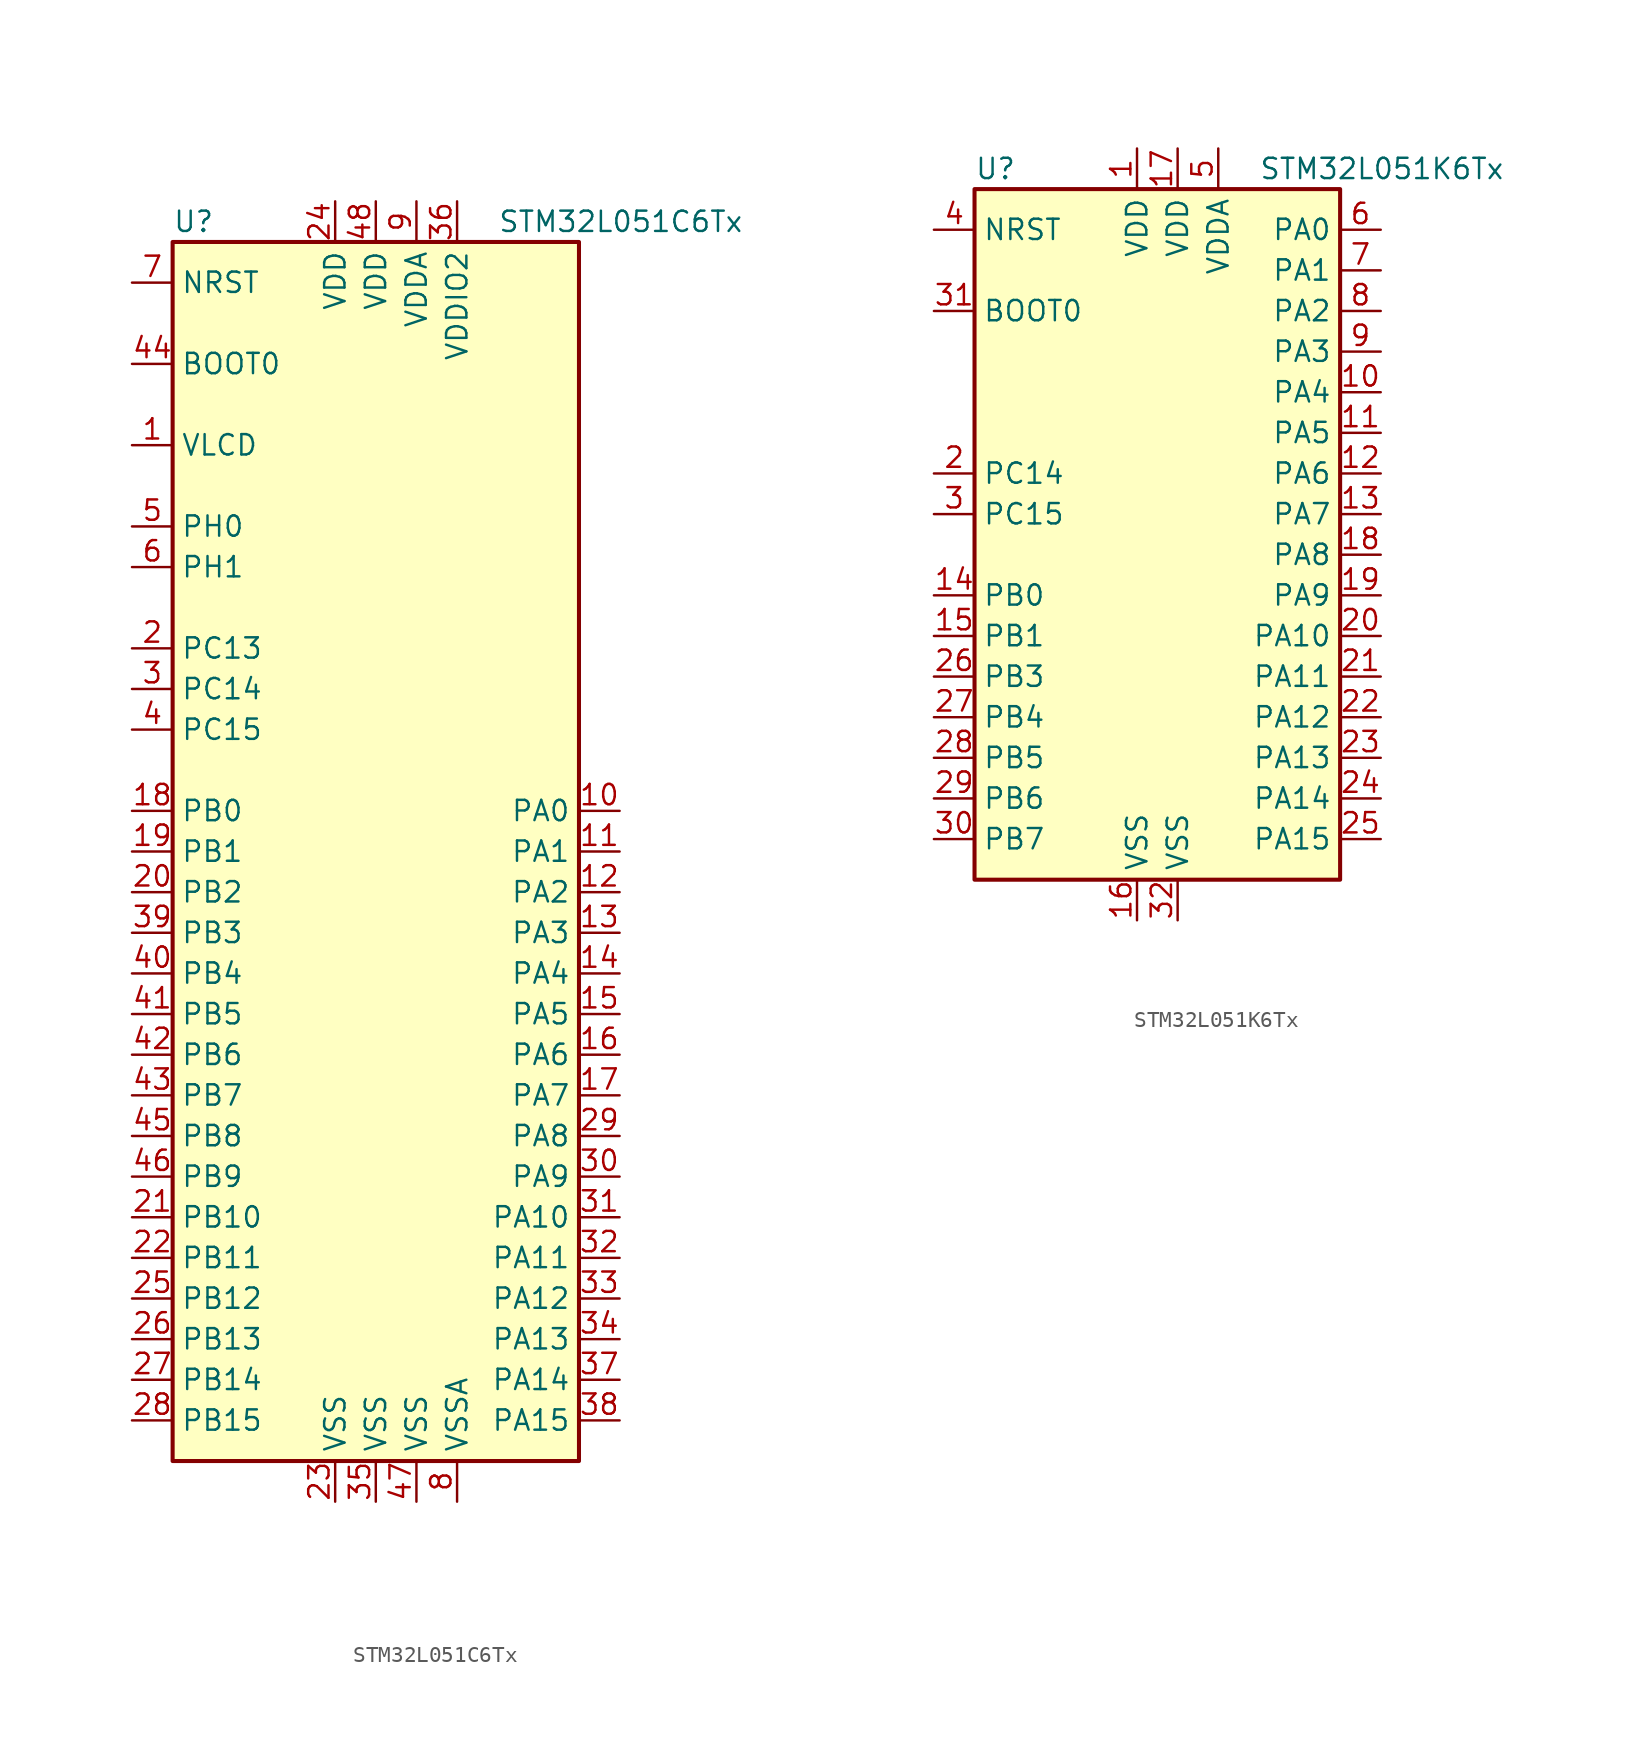
<source format=kicad_sym>
(kicad_symbol_lib
  (version 20201005)
  (generator kicad_symbol_editor)
  (symbol "STM32L051C6Tx"
    (property "Reference" "U"
      (at -12.7 39.37 0)
      (effects (font (size 1.27 1.27)) (justify left)))
    (property "Value" "STM32L051C6Tx"
      (at 7.62 39.37 0)
      (effects (font (size 1.27 1.27)) (justify left)))
    (symbol "STM32L051C6Tx_0_1"
      (rectangle (start -12.7 -38.1) (end 12.7 38.1) (stroke (width 0.254)) (fill (type background))))
    (symbol "STM32L051C6Tx_1_1"
      (pin input line (at -15.24 30.48 0) (length 2.54) (name "BOOT0" (effects (font (size 1.27 1.27)))) (number "44" (effects (font (size 1.27 1.27)))))
      (pin input line (at -15.24 35.56 0) (length 2.54) (name "NRST" (effects (font (size 1.27 1.27)))) (number "7" (effects (font (size 1.27 1.27)))))
      (pin bidirectional line (at 15.24 2.54 180) (length 2.54) (name "PA0" (effects (font (size 1.27 1.27)))) (number "10" (effects (font (size 1.27 1.27)))))
      (pin bidirectional line (at 15.24 0 180) (length 2.54) (name "PA1" (effects (font (size 1.27 1.27)))) (number "11" (effects (font (size 1.27 1.27)))))
      (pin bidirectional line (at 15.24 -22.86 180) (length 2.54) (name "PA10" (effects (font (size 1.27 1.27)))) (number "31" (effects (font (size 1.27 1.27)))))
      (pin bidirectional line (at 15.24 -25.4 180) (length 2.54) (name "PA11" (effects (font (size 1.27 1.27)))) (number "32" (effects (font (size 1.27 1.27)))))
      (pin bidirectional line (at 15.24 -27.94 180) (length 2.54) (name "PA12" (effects (font (size 1.27 1.27)))) (number "33" (effects (font (size 1.27 1.27)))))
      (pin bidirectional line (at 15.24 -30.48 180) (length 2.54) (name "PA13" (effects (font (size 1.27 1.27)))) (number "34" (effects (font (size 1.27 1.27)))))
      (pin bidirectional line (at 15.24 -33.02 180) (length 2.54) (name "PA14" (effects (font (size 1.27 1.27)))) (number "37" (effects (font (size 1.27 1.27)))))
      (pin bidirectional line (at 15.24 -35.56 180) (length 2.54) (name "PA15" (effects (font (size 1.27 1.27)))) (number "38" (effects (font (size 1.27 1.27)))))
      (pin bidirectional line (at 15.24 -2.54 180) (length 2.54) (name "PA2" (effects (font (size 1.27 1.27)))) (number "12" (effects (font (size 1.27 1.27)))))
      (pin bidirectional line (at 15.24 -5.08 180) (length 2.54) (name "PA3" (effects (font (size 1.27 1.27)))) (number "13" (effects (font (size 1.27 1.27)))))
      (pin bidirectional line (at 15.24 -7.62 180) (length 2.54) (name "PA4" (effects (font (size 1.27 1.27)))) (number "14" (effects (font (size 1.27 1.27)))))
      (pin bidirectional line (at 15.24 -10.16 180) (length 2.54) (name "PA5" (effects (font (size 1.27 1.27)))) (number "15" (effects (font (size 1.27 1.27)))))
      (pin bidirectional line (at 15.24 -12.7 180) (length 2.54) (name "PA6" (effects (font (size 1.27 1.27)))) (number "16" (effects (font (size 1.27 1.27)))))
      (pin bidirectional line (at 15.24 -15.24 180) (length 2.54) (name "PA7" (effects (font (size 1.27 1.27)))) (number "17" (effects (font (size 1.27 1.27)))))
      (pin bidirectional line (at 15.24 -17.78 180) (length 2.54) (name "PA8" (effects (font (size 1.27 1.27)))) (number "29" (effects (font (size 1.27 1.27)))))
      (pin bidirectional line (at 15.24 -20.32 180) (length 2.54) (name "PA9" (effects (font (size 1.27 1.27)))) (number "30" (effects (font (size 1.27 1.27)))))
      (pin bidirectional line (at -15.24 2.54 0) (length 2.54) (name "PB0" (effects (font (size 1.27 1.27)))) (number "18" (effects (font (size 1.27 1.27)))))
      (pin bidirectional line (at -15.24 0 0) (length 2.54) (name "PB1" (effects (font (size 1.27 1.27)))) (number "19" (effects (font (size 1.27 1.27)))))
      (pin bidirectional line (at -15.24 -22.86 0) (length 2.54) (name "PB10" (effects (font (size 1.27 1.27)))) (number "21" (effects (font (size 1.27 1.27)))))
      (pin bidirectional line (at -15.24 -25.4 0) (length 2.54) (name "PB11" (effects (font (size 1.27 1.27)))) (number "22" (effects (font (size 1.27 1.27)))))
      (pin bidirectional line (at -15.24 -27.94 0) (length 2.54) (name "PB12" (effects (font (size 1.27 1.27)))) (number "25" (effects (font (size 1.27 1.27)))))
      (pin bidirectional line (at -15.24 -30.48 0) (length 2.54) (name "PB13" (effects (font (size 1.27 1.27)))) (number "26" (effects (font (size 1.27 1.27)))))
      (pin bidirectional line (at -15.24 -33.02 0) (length 2.54) (name "PB14" (effects (font (size 1.27 1.27)))) (number "27" (effects (font (size 1.27 1.27)))))
      (pin bidirectional line (at -15.24 -35.56 0) (length 2.54) (name "PB15" (effects (font (size 1.27 1.27)))) (number "28" (effects (font (size 1.27 1.27)))))
      (pin bidirectional line (at -15.24 -2.54 0) (length 2.54) (name "PB2" (effects (font (size 1.27 1.27)))) (number "20" (effects (font (size 1.27 1.27)))))
      (pin bidirectional line (at -15.24 -5.08 0) (length 2.54) (name "PB3" (effects (font (size 1.27 1.27)))) (number "39" (effects (font (size 1.27 1.27)))))
      (pin bidirectional line (at -15.24 -7.62 0) (length 2.54) (name "PB4" (effects (font (size 1.27 1.27)))) (number "40" (effects (font (size 1.27 1.27)))))
      (pin bidirectional line (at -15.24 -10.16 0) (length 2.54) (name "PB5" (effects (font (size 1.27 1.27)))) (number "41" (effects (font (size 1.27 1.27)))))
      (pin bidirectional line (at -15.24 -12.7 0) (length 2.54) (name "PB6" (effects (font (size 1.27 1.27)))) (number "42" (effects (font (size 1.27 1.27)))))
      (pin bidirectional line (at -15.24 -15.24 0) (length 2.54) (name "PB7" (effects (font (size 1.27 1.27)))) (number "43" (effects (font (size 1.27 1.27)))))
      (pin bidirectional line (at -15.24 -17.78 0) (length 2.54) (name "PB8" (effects (font (size 1.27 1.27)))) (number "45" (effects (font (size 1.27 1.27)))))
      (pin bidirectional line (at -15.24 -20.32 0) (length 2.54) (name "PB9" (effects (font (size 1.27 1.27)))) (number "46" (effects (font (size 1.27 1.27)))))
      (pin bidirectional line (at -15.24 12.7 0) (length 2.54) (name "PC13" (effects (font (size 1.27 1.27)))) (number "2" (effects (font (size 1.27 1.27)))))
      (pin bidirectional line (at -15.24 10.16 0) (length 2.54) (name "PC14" (effects (font (size 1.27 1.27)))) (number "3" (effects (font (size 1.27 1.27)))))
      (pin bidirectional line (at -15.24 7.62 0) (length 2.54) (name "PC15" (effects (font (size 1.27 1.27)))) (number "4" (effects (font (size 1.27 1.27)))))
      (pin input line (at -15.24 20.32 0) (length 2.54) (name "PH0" (effects (font (size 1.27 1.27)))) (number "5" (effects (font (size 1.27 1.27)))))
      (pin input line (at -15.24 17.78 0) (length 2.54) (name "PH1" (effects (font (size 1.27 1.27)))) (number "6" (effects (font (size 1.27 1.27)))))
      (pin power_in line (at -2.54 40.64 270) (length 2.54) (name "VDD" (effects (font (size 1.27 1.27)))) (number "24" (effects (font (size 1.27 1.27)))))
      (pin power_in line (at 0 40.64 270) (length 2.54) (name "VDD" (effects (font (size 1.27 1.27)))) (number "48" (effects (font (size 1.27 1.27)))))
      (pin power_in line (at 2.54 40.64 270) (length 2.54) (name "VDDA" (effects (font (size 1.27 1.27)))) (number "9" (effects (font (size 1.27 1.27)))))
      (pin power_in line (at 5.08 40.64 270) (length 2.54) (name "VDDIO2" (effects (font (size 1.27 1.27)))) (number "36" (effects (font (size 1.27 1.27)))))
      (pin power_in line (at -15.24 25.4 0) (length 2.54) (name "VLCD" (effects (font (size 1.27 1.27)))) (number "1" (effects (font (size 1.27 1.27)))))
      (pin power_in line (at -2.54 -40.64 90) (length 2.54) (name "VSS" (effects (font (size 1.27 1.27)))) (number "23" (effects (font (size 1.27 1.27)))))
      (pin power_in line (at 0 -40.64 90) (length 2.54) (name "VSS" (effects (font (size 1.27 1.27)))) (number "35" (effects (font (size 1.27 1.27)))))
      (pin power_in line (at 2.54 -40.64 90) (length 2.54) (name "VSS" (effects (font (size 1.27 1.27)))) (number "47" (effects (font (size 1.27 1.27)))))
      (pin power_in line (at 5.08 -40.64 90) (length 2.54) (name "VSSA" (effects (font (size 1.27 1.27)))) (number "8" (effects (font (size 1.27 1.27)))))))
  (symbol "STM32L051K6Tx"
    (property "Reference" "U"
      (at -12.7 21.59 0)
      (effects (font (size 1.27 1.27)) (justify left)))
    (property "Value" "STM32L051K6Tx"
      (at 5.08 21.59 0)
      (effects (font (size 1.27 1.27)) (justify left)))
    (symbol "STM32L051K6Tx_0_1"
      (rectangle (start -12.7 -22.86) (end 10.16 20.32) (stroke (width 0.254)) (fill (type background))))
    (symbol "STM32L051K6Tx_1_1"
      (pin input line (at -15.24 12.7 0) (length 2.54) (name "BOOT0" (effects (font (size 1.27 1.27)))) (number "31" (effects (font (size 1.27 1.27)))))
      (pin input line (at -15.24 17.78 0) (length 2.54) (name "NRST" (effects (font (size 1.27 1.27)))) (number "4" (effects (font (size 1.27 1.27)))))
      (pin bidirectional line (at 12.7 17.78 180) (length 2.54) (name "PA0" (effects (font (size 1.27 1.27)))) (number "6" (effects (font (size 1.27 1.27)))))
      (pin bidirectional line (at 12.7 15.24 180) (length 2.54) (name "PA1" (effects (font (size 1.27 1.27)))) (number "7" (effects (font (size 1.27 1.27)))))
      (pin bidirectional line (at 12.7 -7.62 180) (length 2.54) (name "PA10" (effects (font (size 1.27 1.27)))) (number "20" (effects (font (size 1.27 1.27)))))
      (pin bidirectional line (at 12.7 -10.16 180) (length 2.54) (name "PA11" (effects (font (size 1.27 1.27)))) (number "21" (effects (font (size 1.27 1.27)))))
      (pin bidirectional line (at 12.7 -12.7 180) (length 2.54) (name "PA12" (effects (font (size 1.27 1.27)))) (number "22" (effects (font (size 1.27 1.27)))))
      (pin bidirectional line (at 12.7 -15.24 180) (length 2.54) (name "PA13" (effects (font (size 1.27 1.27)))) (number "23" (effects (font (size 1.27 1.27)))))
      (pin bidirectional line (at 12.7 -17.78 180) (length 2.54) (name "PA14" (effects (font (size 1.27 1.27)))) (number "24" (effects (font (size 1.27 1.27)))))
      (pin bidirectional line (at 12.7 -20.32 180) (length 2.54) (name "PA15" (effects (font (size 1.27 1.27)))) (number "25" (effects (font (size 1.27 1.27)))))
      (pin bidirectional line (at 12.7 12.7 180) (length 2.54) (name "PA2" (effects (font (size 1.27 1.27)))) (number "8" (effects (font (size 1.27 1.27)))))
      (pin bidirectional line (at 12.7 10.16 180) (length 2.54) (name "PA3" (effects (font (size 1.27 1.27)))) (number "9" (effects (font (size 1.27 1.27)))))
      (pin bidirectional line (at 12.7 7.62 180) (length 2.54) (name "PA4" (effects (font (size 1.27 1.27)))) (number "10" (effects (font (size 1.27 1.27)))))
      (pin bidirectional line (at 12.7 5.08 180) (length 2.54) (name "PA5" (effects (font (size 1.27 1.27)))) (number "11" (effects (font (size 1.27 1.27)))))
      (pin bidirectional line (at 12.7 2.54 180) (length 2.54) (name "PA6" (effects (font (size 1.27 1.27)))) (number "12" (effects (font (size 1.27 1.27)))))
      (pin bidirectional line (at 12.7 0 180) (length 2.54) (name "PA7" (effects (font (size 1.27 1.27)))) (number "13" (effects (font (size 1.27 1.27)))))
      (pin bidirectional line (at 12.7 -2.54 180) (length 2.54) (name "PA8" (effects (font (size 1.27 1.27)))) (number "18" (effects (font (size 1.27 1.27)))))
      (pin bidirectional line (at 12.7 -5.08 180) (length 2.54) (name "PA9" (effects (font (size 1.27 1.27)))) (number "19" (effects (font (size 1.27 1.27)))))
      (pin bidirectional line (at -15.24 -5.08 0) (length 2.54) (name "PB0" (effects (font (size 1.27 1.27)))) (number "14" (effects (font (size 1.27 1.27)))))
      (pin bidirectional line (at -15.24 -7.62 0) (length 2.54) (name "PB1" (effects (font (size 1.27 1.27)))) (number "15" (effects (font (size 1.27 1.27)))))
      (pin bidirectional line (at -15.24 -10.16 0) (length 2.54) (name "PB3" (effects (font (size 1.27 1.27)))) (number "26" (effects (font (size 1.27 1.27)))))
      (pin bidirectional line (at -15.24 -12.7 0) (length 2.54) (name "PB4" (effects (font (size 1.27 1.27)))) (number "27" (effects (font (size 1.27 1.27)))))
      (pin bidirectional line (at -15.24 -15.24 0) (length 2.54) (name "PB5" (effects (font (size 1.27 1.27)))) (number "28" (effects (font (size 1.27 1.27)))))
      (pin bidirectional line (at -15.24 -17.78 0) (length 2.54) (name "PB6" (effects (font (size 1.27 1.27)))) (number "29" (effects (font (size 1.27 1.27)))))
      (pin bidirectional line (at -15.24 -20.32 0) (length 2.54) (name "PB7" (effects (font (size 1.27 1.27)))) (number "30" (effects (font (size 1.27 1.27)))))
      (pin bidirectional line (at -15.24 2.54 0) (length 2.54) (name "PC14" (effects (font (size 1.27 1.27)))) (number "2" (effects (font (size 1.27 1.27)))))
      (pin bidirectional line (at -15.24 0 0) (length 2.54) (name "PC15" (effects (font (size 1.27 1.27)))) (number "3" (effects (font (size 1.27 1.27)))))
      (pin power_in line (at -2.54 22.86 270) (length 2.54) (name "VDD" (effects (font (size 1.27 1.27)))) (number "1" (effects (font (size 1.27 1.27)))))
      (pin power_in line (at 0 22.86 270) (length 2.54) (name "VDD" (effects (font (size 1.27 1.27)))) (number "17" (effects (font (size 1.27 1.27)))))
      (pin power_in line (at 2.54 22.86 270) (length 2.54) (name "VDDA" (effects (font (size 1.27 1.27)))) (number "5" (effects (font (size 1.27 1.27)))))
      (pin power_in line (at -2.54 -25.4 90) (length 2.54) (name "VSS" (effects (font (size 1.27 1.27)))) (number "16" (effects (font (size 1.27 1.27)))))
      (pin power_in line (at 0 -25.4 90) (length 2.54) (name "VSS" (effects (font (size 1.27 1.27)))) (number "32" (effects (font (size 1.27 1.27))))))))
</source>
